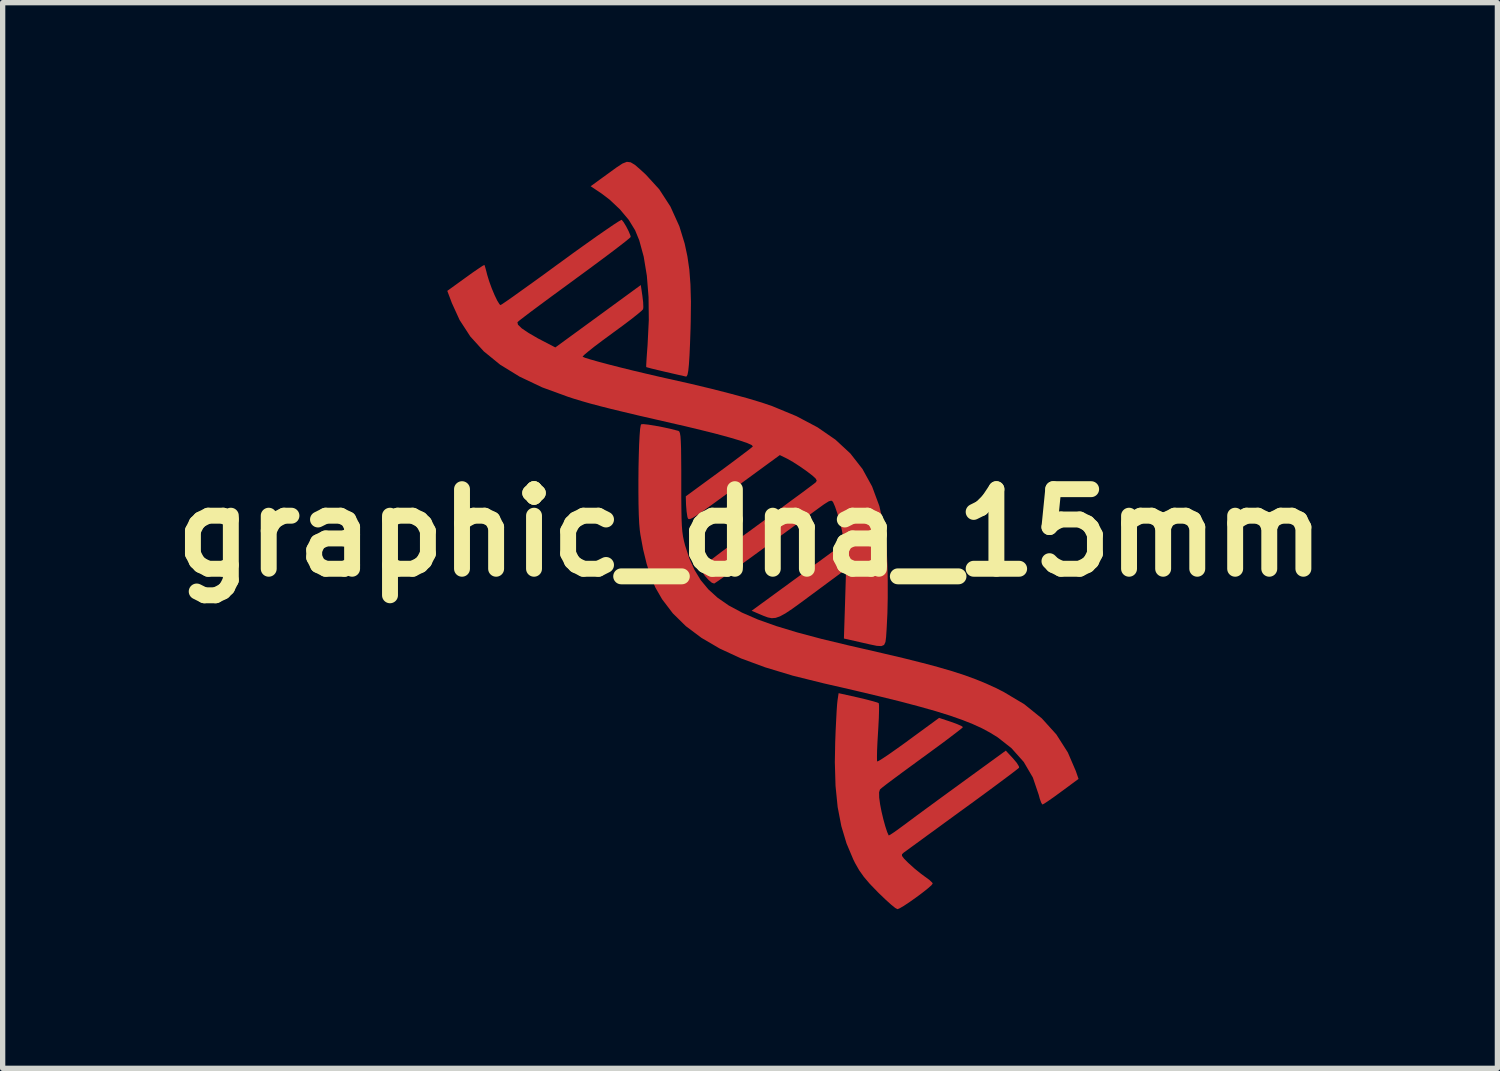
<source format=kicad_pcb>
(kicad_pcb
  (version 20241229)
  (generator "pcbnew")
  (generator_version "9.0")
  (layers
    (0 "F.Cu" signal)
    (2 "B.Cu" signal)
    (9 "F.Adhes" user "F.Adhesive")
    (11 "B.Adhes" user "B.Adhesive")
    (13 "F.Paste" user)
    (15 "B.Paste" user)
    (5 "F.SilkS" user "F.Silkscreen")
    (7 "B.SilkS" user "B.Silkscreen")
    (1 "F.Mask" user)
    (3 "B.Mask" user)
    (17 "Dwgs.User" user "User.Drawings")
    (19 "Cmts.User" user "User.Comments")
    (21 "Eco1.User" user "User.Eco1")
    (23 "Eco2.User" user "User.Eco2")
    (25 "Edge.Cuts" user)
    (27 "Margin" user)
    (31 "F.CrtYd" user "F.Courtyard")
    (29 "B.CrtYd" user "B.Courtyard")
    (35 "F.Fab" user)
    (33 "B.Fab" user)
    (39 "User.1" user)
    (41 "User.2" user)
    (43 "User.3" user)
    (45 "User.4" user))
  (footprint "graphic_dna_15mm"
    (layer "F.Cu")
    (at 11.086 6.991)
    (property "Reference" "graphic_dna_15mm" (at 0 0 0) (layer "F.SilkS") (effects (font (size 1.5 1.5) (thickness 0.3))))
    (attr board_only exclude_from_pos_files exclude_from_bom)
    (fp_poly (pts (xy -2.25 -6.982) (xy -2.17 -6.934) (xy -2.066 -6.844) (xy -1.963 -6.749) (xy -1.712 -6.474) (xy -1.5 -6.147) (xy -1.332 -5.776) (xy -1.232 -5.45) (xy -1.181 -5.212) (xy -1.144 -4.959) (xy -1.123 -4.678) (xy -1.114 -4.358) (xy -1.118 -3.986) (xy -1.121 -3.858) (xy -1.131 -3.569) (xy -1.141 -3.343) (xy -1.152 -3.173) (xy -1.164 -3.055) (xy -1.178 -2.982) (xy -1.195 -2.948) (xy -1.207 -2.944) (xy -1.247 -2.953) (xy -1.341 -2.974) (xy -1.471 -3.004) (xy -1.589 -3.031) (xy -1.737 -3.066) (xy -1.857 -3.095) (xy -1.934 -3.116) (xy -1.957 -3.123) (xy -1.957 -3.159) (xy -1.952 -3.25) (xy -1.943 -3.383) (xy -1.931 -3.543) (xy -1.931 -3.547) (xy -1.908 -4.008) (xy -1.913 -4.443) (xy -1.945 -4.844) (xy -2.004 -5.203) (xy -2.088 -5.511) (xy -2.166 -5.701) (xy -2.286 -5.897) (xy -2.453 -6.096) (xy -2.649 -6.28) (xy -2.802 -6.396) (xy -3.004 -6.531) (xy -2.66 -6.781) (xy -2.511 -6.889) (xy -2.404 -6.959) (xy -2.322 -6.991)) (stroke (width 0) (type solid)) (fill yes) (layer "F.Cu"))
    (fp_poly (pts (xy -1.918 -2.038) (xy -1.792 -2.018) (xy -1.648 -1.991) (xy -1.504 -1.96) (xy -1.376 -1.927) (xy -1.349 -1.92) (xy -1.333 -1.907) (xy -1.321 -1.875) (xy -1.311 -1.816) (xy -1.305 -1.724) (xy -1.3 -1.589) (xy -1.298 -1.405) (xy -1.296 -1.165) (xy -1.296 -0.96) (xy -1.296 -0.674) (xy -1.294 -0.448) (xy -1.291 -0.27) (xy -1.285 -0.131) (xy -1.276 -0.021) (xy -1.263 0.071) (xy -1.246 0.153) (xy -1.224 0.238) (xy -1.221 0.248) (xy -1.144 0.485) (xy -1.048 0.698) (xy -0.931 0.891) (xy -0.787 1.065) (xy -0.612 1.224) (xy -0.402 1.37) (xy -0.151 1.505) (xy 0.145 1.634) (xy 0.49 1.757) (xy 0.889 1.878) (xy 1.346 2) (xy 1.866 2.125) (xy 2.024 2.161) (xy 2.488 2.268) (xy 2.892 2.363) (xy 3.242 2.451) (xy 3.546 2.532) (xy 3.811 2.609) (xy 4.045 2.685) (xy 4.255 2.762) (xy 4.448 2.841) (xy 4.632 2.925) (xy 4.775 2.997) (xy 5.168 3.231) (xy 5.5 3.499) (xy 5.773 3.801) (xy 5.989 4.14) (xy 6.14 4.491) (xy 6.191 4.639) (xy 5.864 4.88) (xy 5.734 4.975) (xy 5.624 5.052) (xy 5.545 5.104) (xy 5.511 5.122) (xy 5.489 5.091) (xy 5.46 5.012) (xy 5.441 4.94) (xy 5.33 4.613) (xy 5.158 4.319) (xy 4.926 4.059) (xy 4.666 3.855) (xy 4.527 3.769) (xy 4.373 3.686) (xy 4.198 3.606) (xy 3.999 3.527) (xy 3.768 3.446) (xy 3.502 3.363) (xy 3.194 3.276) (xy 2.84 3.182) (xy 2.434 3.082) (xy 1.972 2.972) (xy 1.446 2.851) (xy 1.393 2.839) (xy 0.808 2.694) (xy 0.288 2.537) (xy -0.17 2.368) (xy -0.57 2.183) (xy -0.915 1.981) (xy -1.21 1.76) (xy -1.456 1.518) (xy -1.658 1.252) (xy -1.785 1.031) (xy -1.869 0.834) (xy -1.948 0.588) (xy -2.015 0.314) (xy -2.067 0.032) (xy -2.078 -0.05) (xy -2.089 -0.174) (xy -2.097 -0.341) (xy -2.102 -0.541) (xy -2.104 -0.763) (xy -2.104 -0.997) (xy -2.102 -1.231) (xy -2.097 -1.454) (xy -2.091 -1.657) (xy -2.082 -1.828) (xy -2.072 -1.956) (xy -2.059 -2.03) (xy -2.053 -2.044) (xy -2.011 -2.048)) (stroke (width 0) (type solid)) (fill yes) (layer "F.Cu"))
    (fp_poly (pts (xy 2.037 3.105) (xy 2.188 3.141) (xy 2.313 3.174) (xy 2.398 3.199) (xy 2.426 3.212) (xy 2.431 3.253) (xy 2.431 3.35) (xy 2.427 3.492) (xy 2.418 3.665) (xy 2.412 3.764) (xy 2.401 3.948) (xy 2.394 4.107) (xy 2.392 4.227) (xy 2.393 4.298) (xy 2.396 4.311) (xy 2.429 4.297) (xy 2.508 4.248) (xy 2.625 4.169) (xy 2.773 4.065) (xy 2.942 3.944) (xy 2.989 3.909) (xy 3.563 3.489) (xy 3.789 3.564) (xy 3.901 3.605) (xy 3.981 3.64) (xy 4.013 3.662) (xy 4.013 3.662) (xy 3.986 3.688) (xy 3.91 3.748) (xy 3.792 3.838) (xy 3.64 3.953) (xy 3.46 4.085) (xy 3.261 4.231) (xy 3.249 4.239) (xy 3.047 4.387) (xy 2.861 4.523) (xy 2.701 4.642) (xy 2.574 4.737) (xy 2.488 4.804) (xy 2.45 4.837) (xy 2.449 4.837) (xy 2.432 4.891) (xy 2.434 4.992) (xy 2.452 5.122) (xy 2.478 5.255) (xy 2.512 5.398) (xy 2.549 5.532) (xy 2.584 5.639) (xy 2.611 5.7) (xy 2.614 5.705) (xy 2.644 5.69) (xy 2.717 5.642) (xy 2.82 5.568) (xy 2.896 5.512) (xy 2.996 5.438) (xy 3.141 5.33) (xy 3.322 5.197) (xy 3.528 5.046) (xy 3.75 4.884) (xy 3.976 4.72) (xy 3.993 4.707) (xy 4.82 4.106) (xy 4.955 4.251) (xy 5.025 4.334) (xy 5.066 4.4) (xy 5.071 4.427) (xy 5.039 4.454) (xy 4.958 4.517) (xy 4.833 4.611) (xy 4.671 4.732) (xy 4.479 4.874) (xy 4.261 5.034) (xy 4.025 5.206) (xy 4.005 5.22) (xy 3.766 5.394) (xy 3.543 5.557) (xy 3.342 5.703) (xy 3.171 5.828) (xy 3.035 5.927) (xy 2.941 5.996) (xy 2.896 6.028) (xy 2.895 6.029) (xy 2.864 6.058) (xy 2.864 6.09) (xy 2.901 6.14) (xy 2.981 6.221) (xy 2.988 6.227) (xy 3.102 6.33) (xy 3.226 6.43) (xy 3.293 6.479) (xy 3.378 6.541) (xy 3.432 6.592) (xy 3.443 6.611) (xy 3.417 6.645) (xy 3.346 6.707) (xy 3.245 6.787) (xy 3.128 6.874) (xy 3.009 6.958) (xy 2.901 7.03) (xy 2.819 7.078) (xy 2.779 7.094) (xy 2.736 7.071) (xy 2.657 7.007) (xy 2.551 6.911) (xy 2.429 6.794) (xy 2.409 6.774) (xy 2.257 6.617) (xy 2.145 6.485) (xy 2.057 6.361) (xy 1.98 6.226) (xy 1.947 6.16) (xy 1.818 5.854) (xy 1.72 5.527) (xy 1.651 5.169) (xy 1.611 4.77) (xy 1.598 4.322) (xy 1.605 3.945) (xy 1.613 3.731) (xy 1.623 3.531) (xy 1.632 3.359) (xy 1.641 3.23) (xy 1.648 3.164) (xy 1.669 3.023)) (stroke (width 0) (type solid)) (fill yes) (layer "F.Cu"))
    (fp_poly (pts (xy -2.384 -5.855) (xy -2.335 -5.775) (xy -2.288 -5.683) (xy -2.256 -5.606) (xy -2.249 -5.576) (xy -2.276 -5.549) (xy -2.353 -5.486) (xy -2.474 -5.392) (xy -2.633 -5.271) (xy -2.823 -5.129) (xy -3.039 -4.969) (xy -3.274 -4.797) (xy -3.306 -4.773) (xy -3.544 -4.599) (xy -3.765 -4.437) (xy -3.961 -4.292) (xy -4.128 -4.168) (xy -4.258 -4.069) (xy -4.345 -4.002) (xy -4.383 -3.97) (xy -4.384 -3.968) (xy -4.374 -3.922) (xy -4.303 -3.853) (xy -4.174 -3.766) (xy -3.993 -3.661) (xy -3.937 -3.632) (xy -3.67 -3.493) (xy -2.864 -4.081) (xy -2.059 -4.669) (xy -2.029 -4.465) (xy -2.015 -4.347) (xy -2.011 -4.253) (xy -2.016 -4.213) (xy -2.049 -4.179) (xy -2.129 -4.112) (xy -2.248 -4.018) (xy -2.398 -3.905) (xy -2.569 -3.78) (xy -2.606 -3.752) (xy -2.777 -3.627) (xy -2.926 -3.515) (xy -3.043 -3.422) (xy -3.123 -3.355) (xy -3.155 -3.321) (xy -3.155 -3.318) (xy -3.11 -3.298) (xy -3.006 -3.266) (xy -2.855 -3.223) (xy -2.664 -3.172) (xy -2.445 -3.116) (xy -2.206 -3.057) (xy -1.957 -2.998) (xy -1.708 -2.94) (xy -1.557 -2.906) (xy -1.129 -2.81) (xy -0.728 -2.714) (xy -0.365 -2.621) (xy -0.045 -2.534) (xy 0.221 -2.454) (xy 0.413 -2.389) (xy 0.874 -2.198) (xy 1.271 -1.988) (xy 1.609 -1.755) (xy 1.89 -1.495) (xy 2.119 -1.202) (xy 2.3 -0.873) (xy 2.437 -0.504) (xy 2.532 -0.09) (xy 2.542 -0.032) (xy 2.563 0.143) (xy 2.579 0.371) (xy 2.59 0.638) (xy 2.595 0.927) (xy 2.595 1.223) (xy 2.589 1.511) (xy 2.576 1.775) (xy 2.573 1.829) (xy 2.564 1.966) (xy 2.552 2.059) (xy 2.526 2.114) (xy 2.475 2.136) (xy 2.388 2.131) (xy 2.254 2.103) (xy 2.087 2.065) (xy 1.769 1.993) (xy 1.79 1.339) (xy 1.81 0.686) (xy 1.173 1.157) (xy 0.961 1.314) (xy 0.795 1.434) (xy 0.666 1.52) (xy 0.565 1.575) (xy 0.482 1.604) (xy 0.41 1.61) (xy 0.337 1.596) (xy 0.255 1.566) (xy 0.18 1.534) (xy 0.03 1.47) (xy 0.901 0.834) (xy 1.771 0.198) (xy 1.748 0.041) (xy 1.724 -0.08) (xy 1.687 -0.224) (xy 1.644 -0.37) (xy 1.601 -0.495) (xy 1.565 -0.577) (xy 1.561 -0.585) (xy 1.532 -0.606) (xy 1.484 -0.593) (xy 1.401 -0.541) (xy 1.361 -0.513) (xy 1.292 -0.463) (xy 1.176 -0.378) (xy 1.019 -0.265) (xy 0.832 -0.128) (xy 0.622 0.025) (xy 0.397 0.189) (xy 0.28 0.274) (xy 0.058 0.436) (xy -0.147 0.584) (xy -0.328 0.714) (xy -0.479 0.821) (xy -0.591 0.901) (xy -0.66 0.947) (xy -0.676 0.957) (xy -0.72 0.942) (xy -0.784 0.887) (xy -0.851 0.812) (xy -0.904 0.735) (xy -0.927 0.677) (xy -0.926 0.669) (xy -0.897 0.64) (xy -0.818 0.575) (xy -0.695 0.479) (xy -0.535 0.357) (xy -0.343 0.214) (xy -0.126 0.053) (xy 0.11 -0.119) (xy 0.138 -0.14) (xy 0.378 -0.314) (xy 0.601 -0.477) (xy 0.8 -0.624) (xy 0.971 -0.749) (xy 1.105 -0.849) (xy 1.197 -0.918) (xy 1.24 -0.952) (xy 1.241 -0.953) (xy 1.257 -0.982) (xy 1.239 -1.019) (xy 1.179 -1.075) (xy 1.07 -1.159) (xy 1.068 -1.16) (xy 0.94 -1.25) (xy 0.811 -1.333) (xy 0.709 -1.391) (xy 0.704 -1.394) (xy 0.561 -1.464) (xy -0.299 -0.835) (xy -0.541 -0.658) (xy -0.732 -0.519) (xy -0.88 -0.414) (xy -0.99 -0.338) (xy -1.067 -0.289) (xy -1.119 -0.263) (xy -1.151 -0.256) (xy -1.168 -0.265) (xy -1.177 -0.286) (xy -1.181 -0.302) (xy -1.196 -0.401) (xy -1.206 -0.521) (xy -1.207 -0.543) (xy -1.211 -0.687) (xy -0.588 -1.143) (xy -0.407 -1.276) (xy -0.245 -1.397) (xy -0.11 -1.499) (xy -0.01 -1.575) (xy 0.045 -1.62) (xy 0.053 -1.629) (xy 0.031 -1.653) (xy -0.053 -1.691) (xy -0.194 -1.739) (xy -0.386 -1.796) (xy -0.625 -1.861) (xy -0.903 -1.931) (xy -1.217 -2.007) (xy -1.367 -2.041) (xy -1.762 -2.132) (xy -2.098 -2.209) (xy -2.383 -2.277) (xy -2.623 -2.335) (xy -2.828 -2.387) (xy -3.006 -2.434) (xy -3.163 -2.479) (xy -3.309 -2.523) (xy -3.429 -2.562) (xy -3.919 -2.741) (xy -4.344 -2.943) (xy -4.71 -3.168) (xy -5.018 -3.419) (xy -5.272 -3.699) (xy -5.474 -4.01) (xy -5.62 -4.33) (xy -5.706 -4.559) (xy -5.36 -4.809) (xy -5.228 -4.904) (xy -5.117 -4.98) (xy -5.04 -5.031) (xy -5.006 -5.048) (xy -5.006 -5.048) (xy -4.993 -5.01) (xy -4.97 -4.926) (xy -4.954 -4.862) (xy -4.917 -4.741) (xy -4.869 -4.609) (xy -4.816 -4.482) (xy -4.765 -4.376) (xy -4.723 -4.308) (xy -4.703 -4.291) (xy -4.67 -4.311) (xy -4.587 -4.367) (xy -4.46 -4.456) (xy -4.297 -4.573) (xy -4.101 -4.713) (xy -3.881 -4.872) (xy -3.642 -5.047) (xy -3.563 -5.104) (xy -3.319 -5.282) (xy -3.091 -5.445) (xy -2.887 -5.59) (xy -2.712 -5.711) (xy -2.573 -5.806) (xy -2.475 -5.869) (xy -2.424 -5.897) (xy -2.419 -5.898)) (stroke (width 0) (type solid)) (fill yes) (layer "F.Cu")))
  (gr_rect
    (start -3 -3)
    (end 25.171 17.085)
    (stroke (width 0.1) (type default))
    (fill no)
    (layer "Edge.Cuts")))
</source>
